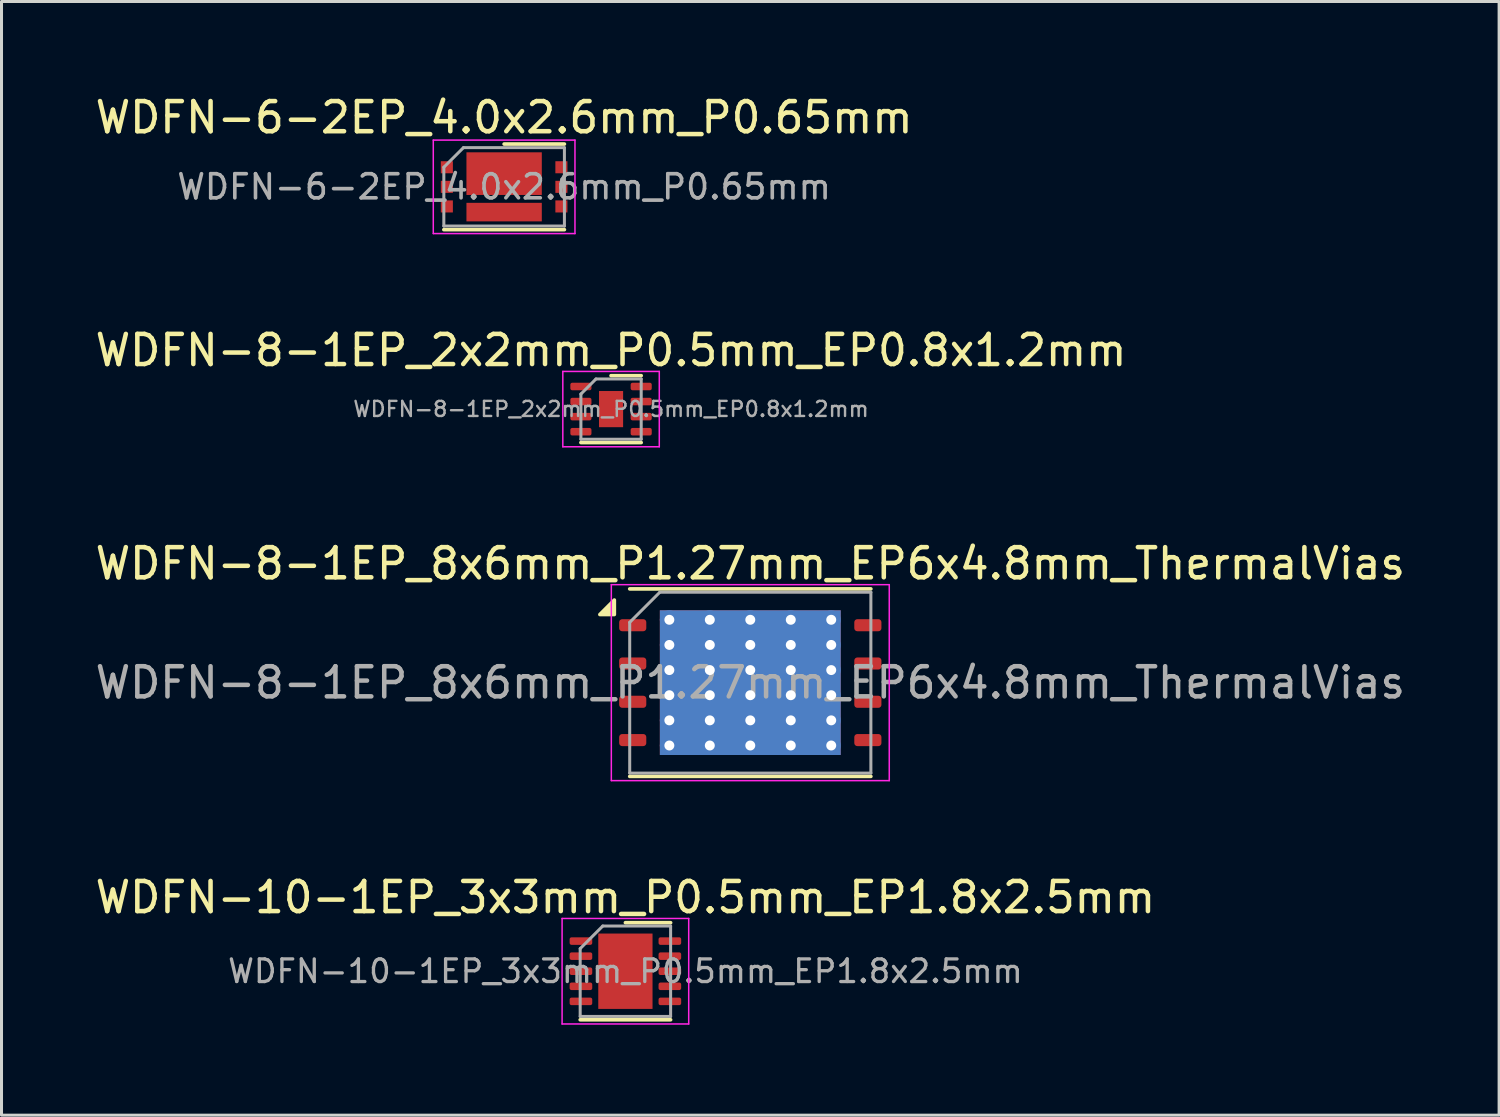
<source format=kicad_pcb>
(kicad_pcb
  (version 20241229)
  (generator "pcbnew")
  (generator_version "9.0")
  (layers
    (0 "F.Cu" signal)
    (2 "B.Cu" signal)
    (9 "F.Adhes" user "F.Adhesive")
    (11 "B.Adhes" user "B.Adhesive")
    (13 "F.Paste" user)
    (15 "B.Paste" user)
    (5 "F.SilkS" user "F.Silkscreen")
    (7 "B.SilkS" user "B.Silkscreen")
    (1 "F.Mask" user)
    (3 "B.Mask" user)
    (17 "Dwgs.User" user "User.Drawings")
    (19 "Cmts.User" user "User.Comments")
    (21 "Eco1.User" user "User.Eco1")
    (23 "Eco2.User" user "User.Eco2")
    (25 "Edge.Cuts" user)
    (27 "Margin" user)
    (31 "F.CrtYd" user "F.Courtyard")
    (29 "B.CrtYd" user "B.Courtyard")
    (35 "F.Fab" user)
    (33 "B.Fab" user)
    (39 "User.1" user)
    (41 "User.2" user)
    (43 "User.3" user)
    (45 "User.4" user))
  (footprint "WDFN-8-1EP_8x6mm_P1.27mm_EP6x4.8mm_ThermalVias"
    (layer "F.Cu")
    (at 21.839 19.595)
    (property "Reference" "WDFN-8-1EP_8x6mm_P1.27mm_EP6x4.8mm_ThermalVias" (at 0 -3.95 0) (layer "F.SilkS") (effects (font (size 1 1) (thickness 0.15))))
    (attr smd)
    (fp_line (start -4 -3.11) (end 4 -3.11) (stroke (width 0.12) (type solid)) (layer "F.SilkS"))
    (fp_line (start -4 3.11) (end 4 3.11) (stroke (width 0.12) (type solid)) (layer "F.SilkS"))
    (fp_poly (pts (xy -4.51 -2.26) (xy -4.99 -2.26) (xy -4.51 -2.74) (xy -4.51 -2.26)) (stroke (width 0.12) (type solid)) (fill yes) (layer "F.SilkS"))
    (fp_line (start -4.61 -3.25) (end -4.61 3.25) (stroke (width 0.05) (type solid)) (layer "F.CrtYd"))
    (fp_line (start -4.61 3.25) (end 4.61 3.25) (stroke (width 0.05) (type solid)) (layer "F.CrtYd"))
    (fp_line (start 4.61 -3.25) (end -4.61 -3.25) (stroke (width 0.05) (type solid)) (layer "F.CrtYd"))
    (fp_line (start 4.61 3.25) (end 4.61 -3.25) (stroke (width 0.05) (type solid)) (layer "F.CrtYd"))
    (fp_line (start -4 -2) (end -3 -3) (stroke (width 0.1) (type solid)) (layer "F.Fab"))
    (fp_line (start -4 3) (end -4 -2) (stroke (width 0.1) (type solid)) (layer "F.Fab"))
    (fp_line (start -3 -3) (end 4 -3) (stroke (width 0.1) (type solid)) (layer "F.Fab"))
    (fp_line (start 4 -3) (end 4 3) (stroke (width 0.1) (type solid)) (layer "F.Fab"))
    (fp_line (start 4 3) (end -4 3) (stroke (width 0.1) (type solid)) (layer "F.Fab"))
    (fp_text user "${REFERENCE}" (at 0 0 0) (layer "F.Fab") (effects (font (size 1 1) (thickness 0.15))))
    (pad "" smd roundrect (at -1.5 -1.2) (size 2.42 1.93) (layers "F.Paste") (roundrect_rratio 0.13))
    (pad "" smd roundrect (at -1.5 1.2) (size 2.42 1.93) (layers "F.Paste") (roundrect_rratio 0.13))
    (pad "" smd roundrect (at 1.5 -1.2) (size 2.42 1.93) (layers "F.Paste") (roundrect_rratio 0.13))
    (pad "" smd roundrect (at 1.5 1.2) (size 2.42 1.93) (layers "F.Paste") (roundrect_rratio 0.13))
    (pad "1" smd roundrect (at -3.9 -1.905) (size 0.9 0.4) (layers "F.Cu" "F.Mask" "F.Paste") (roundrect_rratio 0.25))
    (pad "2" smd roundrect (at -3.9 -0.635) (size 0.9 0.4) (layers "F.Cu" "F.Mask" "F.Paste") (roundrect_rratio 0.25))
    (pad "3" smd roundrect (at -3.9 0.635) (size 0.9 0.4) (layers "F.Cu" "F.Mask" "F.Paste") (roundrect_rratio 0.25))
    (pad "4" smd roundrect (at -3.9 1.905) (size 0.9 0.4) (layers "F.Cu" "F.Mask" "F.Paste") (roundrect_rratio 0.25))
    (pad "5" smd roundrect (at 3.9 1.905) (size 0.9 0.4) (layers "F.Cu" "F.Mask" "F.Paste") (roundrect_rratio 0.25))
    (pad "6" smd roundrect (at 3.9 0.635) (size 0.9 0.4) (layers "F.Cu" "F.Mask" "F.Paste") (roundrect_rratio 0.25))
    (pad "7" smd roundrect (at 3.9 -0.635) (size 0.9 0.4) (layers "F.Cu" "F.Mask" "F.Paste") (roundrect_rratio 0.25))
    (pad "8" smd roundrect (at 3.9 -1.905) (size 0.9 0.4) (layers "F.Cu" "F.Mask" "F.Paste") (roundrect_rratio 0.25))
    (pad "9" thru_hole circle (at -2.685 -2.085) (size 0.63 0.63) (drill 0.33) (property pad_prop_heatsink) (layers "*.Cu"))
    (pad "9" thru_hole circle (at -2.685 -1.251) (size 0.63 0.63) (drill 0.33) (property pad_prop_heatsink) (layers "*.Cu"))
    (pad "9" thru_hole circle (at -2.685 -0.417) (size 0.63 0.63) (drill 0.33) (property pad_prop_heatsink) (layers "*.Cu"))
    (pad "9" thru_hole circle (at -2.685 0.417) (size 0.63 0.63) (drill 0.33) (property pad_prop_heatsink) (layers "*.Cu"))
    (pad "9" thru_hole circle (at -2.685 1.251) (size 0.63 0.63) (drill 0.33) (property pad_prop_heatsink) (layers "*.Cu"))
    (pad "9" thru_hole circle (at -2.685 2.085) (size 0.63 0.63) (drill 0.33) (property pad_prop_heatsink) (layers "*.Cu"))
    (pad "9" thru_hole circle (at -1.343 -2.085) (size 0.63 0.63) (drill 0.33) (property pad_prop_heatsink) (layers "*.Cu"))
    (pad "9" thru_hole circle (at -1.343 -1.251) (size 0.63 0.63) (drill 0.33) (property pad_prop_heatsink) (layers "*.Cu"))
    (pad "9" thru_hole circle (at -1.343 -0.417) (size 0.63 0.63) (drill 0.33) (property pad_prop_heatsink) (layers "*.Cu"))
    (pad "9" thru_hole circle (at -1.343 0.417) (size 0.63 0.63) (drill 0.33) (property pad_prop_heatsink) (layers "*.Cu"))
    (pad "9" thru_hole circle (at -1.343 1.251) (size 0.63 0.63) (drill 0.33) (property pad_prop_heatsink) (layers "*.Cu"))
    (pad "9" thru_hole circle (at -1.343 2.085) (size 0.63 0.63) (drill 0.33) (property pad_prop_heatsink) (layers "*.Cu"))
    (pad "9" thru_hole circle (at 0 -2.085) (size 0.63 0.63) (drill 0.33) (property pad_prop_heatsink) (layers "*.Cu"))
    (pad "9" thru_hole circle (at 0 -1.251) (size 0.63 0.63) (drill 0.33) (property pad_prop_heatsink) (layers "*.Cu"))
    (pad "9" thru_hole circle (at 0 -0.417) (size 0.63 0.63) (drill 0.33) (property pad_prop_heatsink) (layers "*.Cu"))
    (pad "9" smd rect (at 0 0) (size 6 4.8) (property pad_prop_heatsink) (layers "F.Cu" "F.Mask"))
    (pad "9" smd rect (at 0 0) (size 6 4.8) (property pad_prop_heatsink) (layers "B.Cu"))
    (pad "9" thru_hole circle (at 0 0.417) (size 0.63 0.63) (drill 0.33) (property pad_prop_heatsink) (layers "*.Cu"))
    (pad "9" thru_hole circle (at 0 1.251) (size 0.63 0.63) (drill 0.33) (property pad_prop_heatsink) (layers "*.Cu"))
    (pad "9" thru_hole circle (at 0 2.085) (size 0.63 0.63) (drill 0.33) (property pad_prop_heatsink) (layers "*.Cu"))
    (pad "9" thru_hole circle (at 1.343 -2.085) (size 0.63 0.63) (drill 0.33) (property pad_prop_heatsink) (layers "*.Cu"))
    (pad "9" thru_hole circle (at 1.343 -1.251) (size 0.63 0.63) (drill 0.33) (property pad_prop_heatsink) (layers "*.Cu"))
    (pad "9" thru_hole circle (at 1.343 -0.417) (size 0.63 0.63) (drill 0.33) (property pad_prop_heatsink) (layers "*.Cu"))
    (pad "9" thru_hole circle (at 1.343 0.417) (size 0.63 0.63) (drill 0.33) (property pad_prop_heatsink) (layers "*.Cu"))
    (pad "9" thru_hole circle (at 1.343 1.251) (size 0.63 0.63) (drill 0.33) (property pad_prop_heatsink) (layers "*.Cu"))
    (pad "9" thru_hole circle (at 1.343 2.085) (size 0.63 0.63) (drill 0.33) (property pad_prop_heatsink) (layers "*.Cu"))
    (pad "9" thru_hole circle (at 2.685 -2.085) (size 0.63 0.63) (drill 0.33) (property pad_prop_heatsink) (layers "*.Cu"))
    (pad "9" thru_hole circle (at 2.685 -1.251) (size 0.63 0.63) (drill 0.33) (property pad_prop_heatsink) (layers "*.Cu"))
    (pad "9" thru_hole circle (at 2.685 -0.417) (size 0.63 0.63) (drill 0.33) (property pad_prop_heatsink) (layers "*.Cu"))
    (pad "9" thru_hole circle (at 2.685 0.417) (size 0.63 0.63) (drill 0.33) (property pad_prop_heatsink) (layers "*.Cu"))
    (pad "9" thru_hole circle (at 2.685 1.251) (size 0.63 0.63) (drill 0.33) (property pad_prop_heatsink) (layers "*.Cu"))
    (pad "9" thru_hole circle (at 2.685 2.085) (size 0.63 0.63) (drill 0.33) (property pad_prop_heatsink) (layers "*.Cu")))
  (footprint "WDFN-6-2EP_4.0x2.6mm_P0.65mm"
    (layer "F.Cu")
    (at 13.673 3.148)
    (property "Reference" "WDFN-6-2EP_4.0x2.6mm_P0.65mm" (at 0 -2.3 0) (layer "F.SilkS") (effects (font (size 1 1) (thickness 0.15))))
    (attr smd)
    (fp_line (start -2 1.42) (end 2 1.42) (stroke (width 0.12) (type solid)) (layer "F.SilkS"))
    (fp_line (start 2 -1.42) (end 0 -1.42) (stroke (width 0.12) (type solid)) (layer "F.SilkS"))
    (fp_line (start -2.35 -1.55) (end -2.35 1.55) (stroke (width 0.05) (type solid)) (layer "F.CrtYd"))
    (fp_line (start -2.35 1.55) (end 2.35 1.55) (stroke (width 0.05) (type solid)) (layer "F.CrtYd"))
    (fp_line (start 2.35 -1.55) (end -2.35 -1.55) (stroke (width 0.05) (type solid)) (layer "F.CrtYd"))
    (fp_line (start 2.35 1.55) (end 2.35 -1.55) (stroke (width 0.05) (type solid)) (layer "F.CrtYd"))
    (fp_line (start -2 -0.65) (end -2 1.3) (stroke (width 0.1) (type solid)) (layer "F.Fab"))
    (fp_line (start -2 -0.65) (end -1.35 -1.3) (stroke (width 0.1) (type solid)) (layer "F.Fab"))
    (fp_line (start -2 1.3) (end 2 1.3) (stroke (width 0.1) (type solid)) (layer "F.Fab"))
    (fp_line (start 2 -1.3) (end -1.35 -1.3) (stroke (width 0.1) (type solid)) (layer "F.Fab"))
    (fp_line (start 2 1.3) (end 2 -1.3) (stroke (width 0.1) (type solid)) (layer "F.Fab"))
    (fp_text user "${REFERENCE}" (at 0 0 0) (layer "F.Fab") (effects (font (size 0.8 0.8) (thickness 0.12))))
    (pad "1" smd rect (at -1.9 -0.65 270) (size 0.4 0.4) (layers "F.Cu" "F.Mask" "F.Paste"))
    (pad "2" smd rect (at -1.9 0 270) (size 0.4 0.4) (layers "F.Cu" "F.Mask" "F.Paste"))
    (pad "3" smd rect (at -1.9 0.65 270) (size 0.4 0.4) (layers "F.Cu" "F.Mask" "F.Paste"))
    (pad "4" smd rect (at 1.9 0.65 270) (size 0.4 0.4) (layers "F.Cu" "F.Mask" "F.Paste"))
    (pad "5" smd rect (at 1.9 0 270) (size 0.4 0.4) (layers "F.Cu" "F.Mask" "F.Paste"))
    (pad "6" smd rect (at 1.9 -0.65 270) (size 0.4 0.4) (layers "F.Cu" "F.Mask" "F.Paste"))
    (pad "7" smd rect (at 0 -0.438 270) (size 1.415 2.5) (layers "F.Cu" "F.Mask" "F.Paste"))
    (pad "8" smd rect (at 0 0.838 270) (size 0.615 2.5) (layers "F.Cu" "F.Mask" "F.Paste")))
  (footprint "WDFN-10-1EP_3x3mm_P0.5mm_EP1.8x2.5mm"
    (layer "F.Cu")
    (at 17.696 29.168)
    (property "Reference" "WDFN-10-1EP_3x3mm_P0.5mm_EP1.8x2.5mm" (at 0 -2.45 0) (layer "F.SilkS") (effects (font (size 1 1) (thickness 0.15))))
    (attr smd)
    (fp_line (start -1.5 1.61) (end 1.5 1.61) (stroke (width 0.12) (type solid)) (layer "F.SilkS"))
    (fp_line (start 0 -1.61) (end 1.5 -1.61) (stroke (width 0.12) (type solid)) (layer "F.SilkS"))
    (fp_line (start -2.1 -1.75) (end -2.1 1.75) (stroke (width 0.05) (type solid)) (layer "F.CrtYd"))
    (fp_line (start -2.1 1.75) (end 2.1 1.75) (stroke (width 0.05) (type solid)) (layer "F.CrtYd"))
    (fp_line (start 2.1 -1.75) (end -2.1 -1.75) (stroke (width 0.05) (type solid)) (layer "F.CrtYd"))
    (fp_line (start 2.1 1.75) (end 2.1 -1.75) (stroke (width 0.05) (type solid)) (layer "F.CrtYd"))
    (fp_line (start -1.5 -0.75) (end -0.75 -1.5) (stroke (width 0.1) (type solid)) (layer "F.Fab"))
    (fp_line (start -1.5 1.5) (end -1.5 -0.75) (stroke (width 0.1) (type solid)) (layer "F.Fab"))
    (fp_line (start -0.75 -1.5) (end 1.5 -1.5) (stroke (width 0.1) (type solid)) (layer "F.Fab"))
    (fp_line (start 1.5 -1.5) (end 1.5 1.5) (stroke (width 0.1) (type solid)) (layer "F.Fab"))
    (fp_line (start 1.5 1.5) (end -1.5 1.5) (stroke (width 0.1) (type solid)) (layer "F.Fab"))
    (fp_text user "${REFERENCE}" (at 0 0 0) (layer "F.Fab") (effects (font (size 0.75 0.75) (thickness 0.11))))
    (pad "" smd roundrect (at -0.45 -0.625) (size 0.73 1.01) (layers "F.Paste") (roundrect_rratio 0.25))
    (pad "" smd roundrect (at -0.45 0.625) (size 0.73 1.01) (layers "F.Paste") (roundrect_rratio 0.25))
    (pad "" smd roundrect (at 0.45 -0.625) (size 0.73 1.01) (layers "F.Paste") (roundrect_rratio 0.25))
    (pad "" smd roundrect (at 0.45 0.625) (size 0.73 1.01) (layers "F.Paste") (roundrect_rratio 0.25))
    (pad "1" smd roundrect (at -1.475 -1) (size 0.75 0.25) (layers "F.Cu" "F.Mask" "F.Paste") (roundrect_rratio 0.25))
    (pad "2" smd roundrect (at -1.475 -0.5) (size 0.75 0.25) (layers "F.Cu" "F.Mask" "F.Paste") (roundrect_rratio 0.25))
    (pad "3" smd roundrect (at -1.475 0) (size 0.75 0.25) (layers "F.Cu" "F.Mask" "F.Paste") (roundrect_rratio 0.25))
    (pad "4" smd roundrect (at -1.475 0.5) (size 0.75 0.25) (layers "F.Cu" "F.Mask" "F.Paste") (roundrect_rratio 0.25))
    (pad "5" smd roundrect (at -1.475 1) (size 0.75 0.25) (layers "F.Cu" "F.Mask" "F.Paste") (roundrect_rratio 0.25))
    (pad "6" smd roundrect (at 1.475 1) (size 0.75 0.25) (layers "F.Cu" "F.Mask" "F.Paste") (roundrect_rratio 0.25))
    (pad "7" smd roundrect (at 1.475 0.5) (size 0.75 0.25) (layers "F.Cu" "F.Mask" "F.Paste") (roundrect_rratio 0.25))
    (pad "8" smd roundrect (at 1.475 0) (size 0.75 0.25) (layers "F.Cu" "F.Mask" "F.Paste") (roundrect_rratio 0.25))
    (pad "9" smd roundrect (at 1.475 -0.5) (size 0.75 0.25) (layers "F.Cu" "F.Mask" "F.Paste") (roundrect_rratio 0.25))
    (pad "10" smd roundrect (at 1.475 -1) (size 0.75 0.25) (layers "F.Cu" "F.Mask" "F.Paste") (roundrect_rratio 0.25))
    (pad "11" smd rect (at 0 0) (size 1.8 2.5) (layers "F.Cu" "F.Mask")))
  (footprint "WDFN-8-1EP_2x2mm_P0.5mm_EP0.8x1.2mm"
    (layer "F.Cu")
    (at 17.22 10.521)
    (property "Reference" "WDFN-8-1EP_2x2mm_P0.5mm_EP0.8x1.2mm" (at 0 -1.95 0) (layer "F.SilkS") (effects (font (size 1 1) (thickness 0.15))))
    (attr smd)
    (fp_line (start -1 1.11) (end 1 1.11) (stroke (width 0.12) (type solid)) (layer "F.SilkS"))
    (fp_line (start 0 -1.11) (end 1 -1.11) (stroke (width 0.12) (type solid)) (layer "F.SilkS"))
    (fp_line (start -1.6 -1.25) (end -1.6 1.25) (stroke (width 0.05) (type solid)) (layer "F.CrtYd"))
    (fp_line (start -1.6 1.25) (end 1.6 1.25) (stroke (width 0.05) (type solid)) (layer "F.CrtYd"))
    (fp_line (start 1.6 -1.25) (end -1.6 -1.25) (stroke (width 0.05) (type solid)) (layer "F.CrtYd"))
    (fp_line (start 1.6 1.25) (end 1.6 -1.25) (stroke (width 0.05) (type solid)) (layer "F.CrtYd"))
    (fp_line (start -1 -0.5) (end -0.5 -1) (stroke (width 0.1) (type solid)) (layer "F.Fab"))
    (fp_line (start -1 1) (end -1 -0.5) (stroke (width 0.1) (type solid)) (layer "F.Fab"))
    (fp_line (start -0.5 -1) (end 1 -1) (stroke (width 0.1) (type solid)) (layer "F.Fab"))
    (fp_line (start 1 -1) (end 1 1) (stroke (width 0.1) (type solid)) (layer "F.Fab"))
    (fp_line (start 1 1) (end -1 1) (stroke (width 0.1) (type solid)) (layer "F.Fab"))
    (fp_text user "${REFERENCE}" (at 0 0 0) (layer "F.Fab") (effects (font (size 0.5 0.5) (thickness 0.08))))
    (pad "" smd roundrect (at -0.2 -0.3) (size 0.32 0.48) (layers "F.Paste") (roundrect_rratio 0.25))
    (pad "" smd roundrect (at -0.2 0.3) (size 0.32 0.48) (layers "F.Paste") (roundrect_rratio 0.25))
    (pad "" smd roundrect (at 0.2 -0.3) (size 0.32 0.48) (layers "F.Paste") (roundrect_rratio 0.25))
    (pad "" smd roundrect (at 0.2 0.3) (size 0.32 0.48) (layers "F.Paste") (roundrect_rratio 0.25))
    (pad "1" smd roundrect (at -1 -0.75) (size 0.7 0.25) (layers "F.Cu" "F.Mask" "F.Paste") (roundrect_rratio 0.25))
    (pad "2" smd roundrect (at -1 -0.25) (size 0.7 0.25) (layers "F.Cu" "F.Mask" "F.Paste") (roundrect_rratio 0.25))
    (pad "3" smd roundrect (at -1 0.25) (size 0.7 0.25) (layers "F.Cu" "F.Mask" "F.Paste") (roundrect_rratio 0.25))
    (pad "4" smd roundrect (at -1 0.75) (size 0.7 0.25) (layers "F.Cu" "F.Mask" "F.Paste") (roundrect_rratio 0.25))
    (pad "5" smd roundrect (at 1 0.75) (size 0.7 0.25) (layers "F.Cu" "F.Mask" "F.Paste") (roundrect_rratio 0.25))
    (pad "6" smd roundrect (at 1 0.25) (size 0.7 0.25) (layers "F.Cu" "F.Mask" "F.Paste") (roundrect_rratio 0.25))
    (pad "7" smd roundrect (at 1 -0.25) (size 0.7 0.25) (layers "F.Cu" "F.Mask" "F.Paste") (roundrect_rratio 0.25))
    (pad "8" smd roundrect (at 1 -0.75) (size 0.7 0.25) (layers "F.Cu" "F.Mask" "F.Paste") (roundrect_rratio 0.25))
    (pad "9" smd rect (at 0 0) (size 0.8 1.2) (layers "F.Cu" "F.Mask")))
  (gr_rect
    (start -3 -3)
    (end 46.679 33.943)
    (stroke (width 0.1) (type default))
    (fill no)
    (layer "Edge.Cuts")))
</source>
